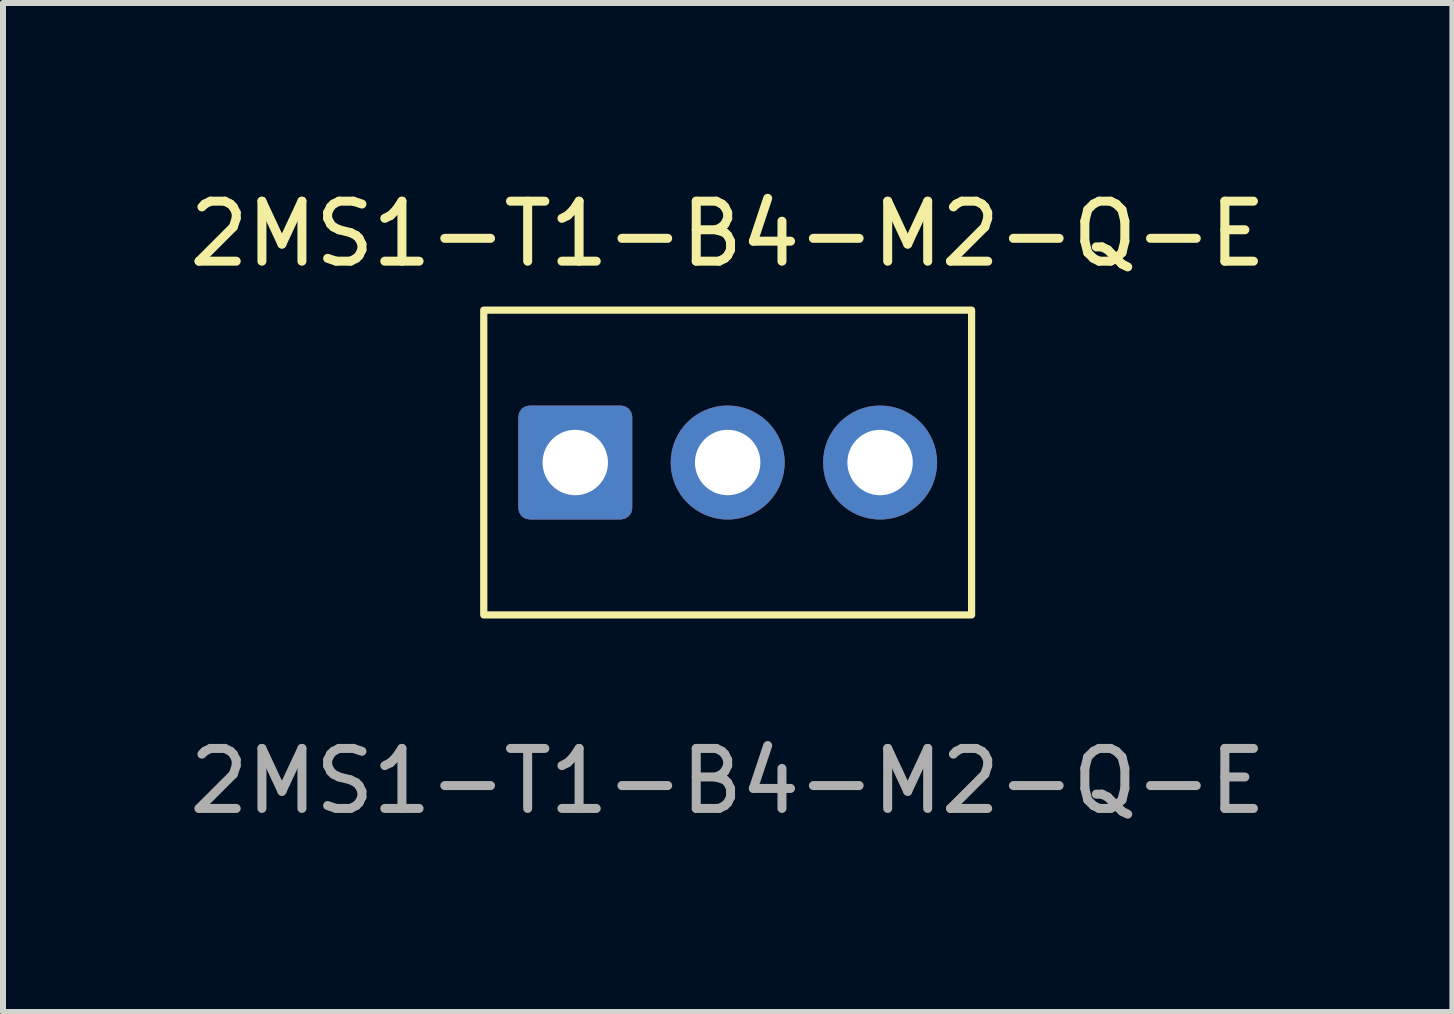
<source format=kicad_pcb>
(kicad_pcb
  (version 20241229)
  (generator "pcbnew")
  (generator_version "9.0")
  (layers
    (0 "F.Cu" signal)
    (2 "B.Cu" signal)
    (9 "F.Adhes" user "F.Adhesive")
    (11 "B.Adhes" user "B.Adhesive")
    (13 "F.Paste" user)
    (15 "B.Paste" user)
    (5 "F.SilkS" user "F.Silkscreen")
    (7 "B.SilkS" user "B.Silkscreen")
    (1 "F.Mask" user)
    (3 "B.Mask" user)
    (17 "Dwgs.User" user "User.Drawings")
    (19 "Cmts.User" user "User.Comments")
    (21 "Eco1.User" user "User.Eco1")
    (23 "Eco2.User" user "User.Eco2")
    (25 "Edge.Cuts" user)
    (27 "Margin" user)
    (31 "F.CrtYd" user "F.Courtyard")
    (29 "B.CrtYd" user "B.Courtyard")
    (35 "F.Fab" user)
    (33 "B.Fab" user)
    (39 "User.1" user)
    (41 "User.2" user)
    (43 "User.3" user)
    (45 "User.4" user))
  (footprint "2MS1-T1-B4-M2-Q-E"
    (layer "F.Cu")
    (at 9.077 4.658)
    (property "Reference" "2MS1-T1-B4-M2-Q-E" (at 0 -3.81 0) (unlocked yes) (layer "F.SilkS") (effects (font (size 1 1) (thickness 0.15))))
    (attr through_hole)
    (fp_rect (start -4.065 -2.54) (end 4.065 2.54) (stroke (width 0.12) (type solid)) (fill no) (layer "F.SilkS"))
    (fp_text user "${REFERENCE}" (at 0 5.31 0) (unlocked yes) (layer "F.Fab") (effects (font (size 1 1) (thickness 0.15))))
    (pad "1" thru_hole roundrect (at -2.54 0) (size 1.9 1.9) (drill 1.09) (layers "*.Cu" "*.Mask") (roundrect_rratio 0.1))
    (pad "2" thru_hole circle (at 0 0) (size 1.9 1.9) (drill 1.09) (layers "*.Cu" "*.Mask"))
    (pad "3" thru_hole circle (at 2.54 0) (size 1.9 1.9) (drill 1.09) (layers "*.Cu" "*.Mask")))
  (gr_rect
    (start -3 -3)
    (end 21.155 13.816)
    (stroke (width 0.1) (type default))
    (fill no)
    (layer "Edge.Cuts")))
</source>
